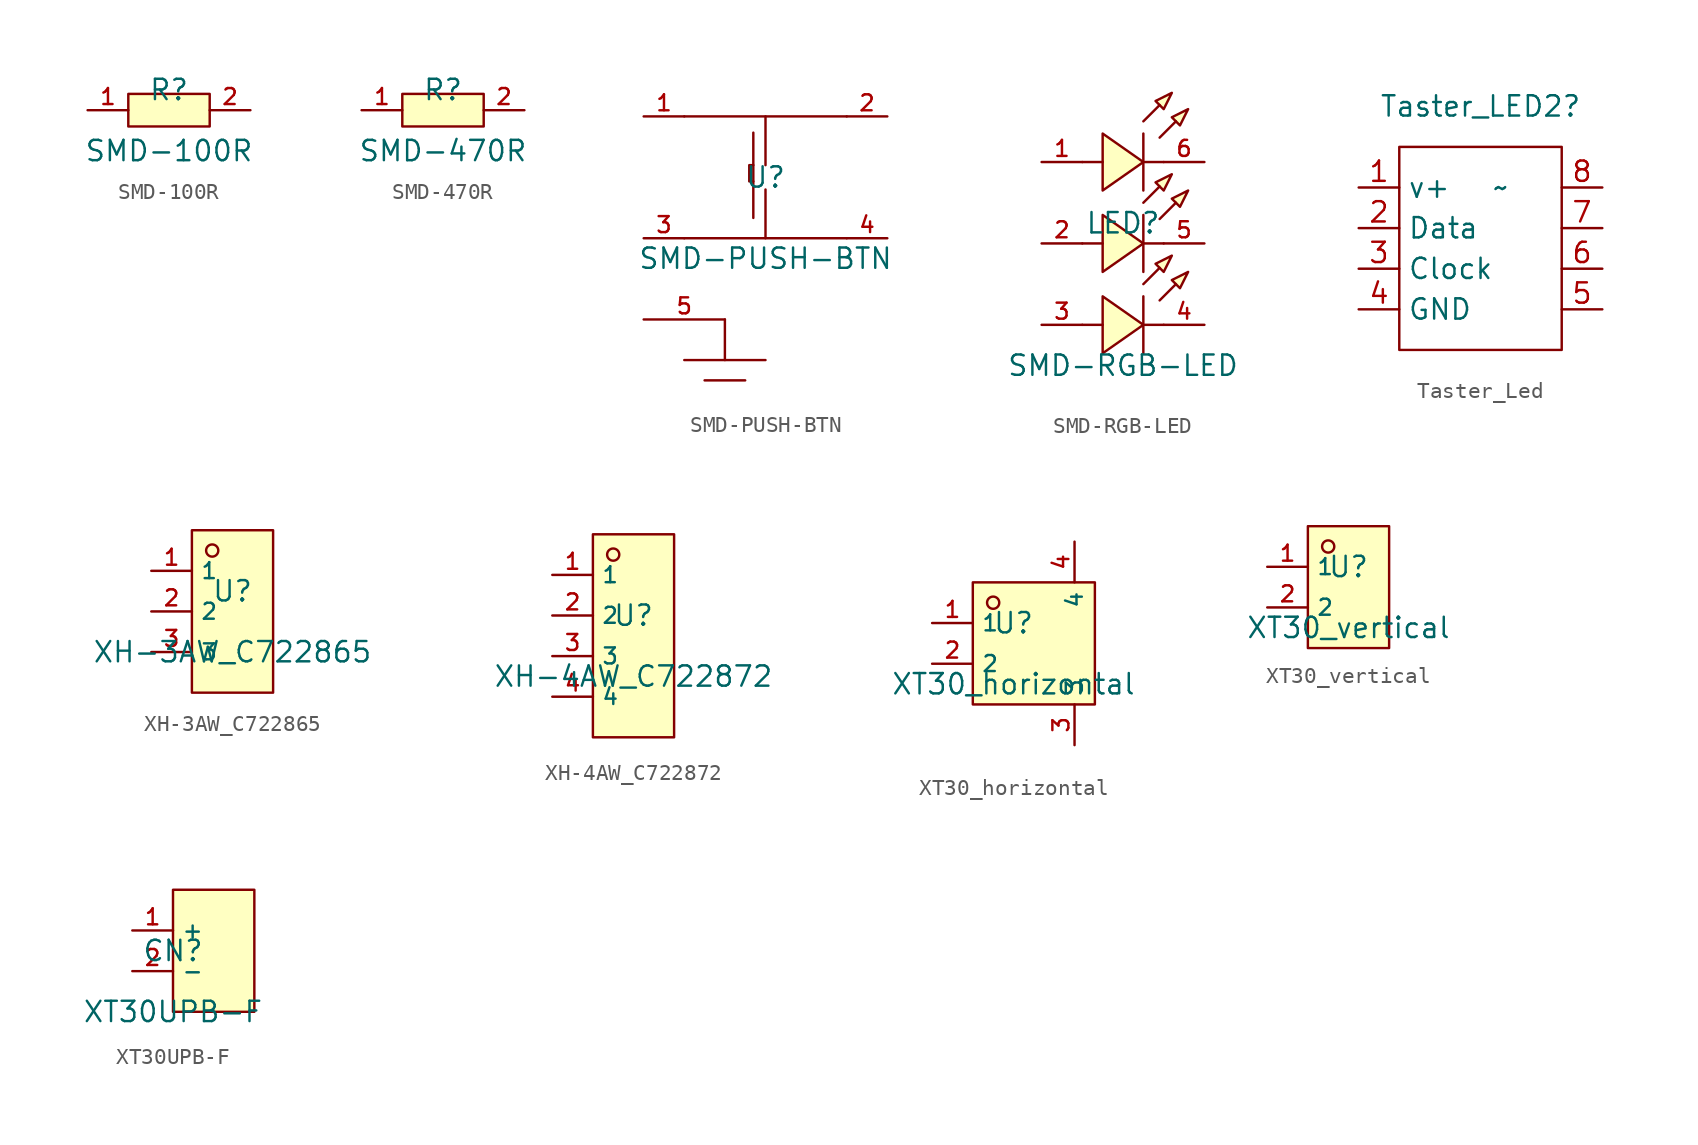
<source format=kicad_sym>
(kicad_symbol_lib
  (version 20220914)
  (generator kicad_symbol_editor)
  (symbol "SMD-100R"
    (pin_names hide)
    (property "Reference" "R"
      (at 0 1.27 0)
      (effects (font (size 1.27 1.27))))
    (property "Value" "SMD-100R"
      (at 0 -2.54 0)
      (effects (font (size 1.27 1.27))))
    (symbol "SMD-100R_0_1"
      (rectangle (start -2.54 1.016) (end 2.54 -1.016) (stroke (width 0) (type default)) (fill (type background))))
    (symbol "SMD-100R_1_1"
      (pin unspecified line (at -5.08 0 0) (length 2.54) (name "1" (effects (font (size 1 1)))) (number "1" (effects (font (size 1 1)))))
      (pin unspecified line (at 5.08 0 180) (length 2.54) (name "2" (effects (font (size 1 1)))) (number "2" (effects (font (size 1 1)))))))
  (symbol "SMD-470R"
    (pin_names hide)
    (property "Reference" "R"
      (at 0 1.27 0)
      (effects (font (size 1.27 1.27))))
    (property "Value" "SMD-470R"
      (at 0 -2.54 0)
      (effects (font (size 1.27 1.27))))
    (symbol "SMD-470R_0_1"
      (rectangle (start -2.54 1.016) (end 2.54 -1.016) (stroke (width 0) (type default)) (fill (type background))))
    (symbol "SMD-470R_1_1"
      (pin unspecified line (at -5.08 0 0) (length 2.54) (name "1" (effects (font (size 1 1)))) (number "1" (effects (font (size 1 1)))))
      (pin unspecified line (at 5.08 0 180) (length 2.54) (name "2" (effects (font (size 1 1)))) (number "2" (effects (font (size 1 1)))))))
  (symbol "SMD-PUSH-BTN"
    (pin_names hide)
    (property "Reference" "U"
      (at 0 1.27 0)
      (effects (font (size 1.27 1.27))))
    (property "Value" "SMD-PUSH-BTN"
      (at 0 -3.81 0)
      (effects (font (size 1.27 1.27))))
    (symbol "SMD-PUSH-BTN_0_1"
      (polyline (pts (xy -5.08 -2.54) (xy 5.08 -2.54)) (stroke (width 0) (type default)) (fill (type none)))
      (polyline (pts (xy -5.08 5.08) (xy 5.08 5.08)) (stroke (width 0) (type default)) (fill (type none)))
      (polyline (pts (xy -2.54 -7.62) (xy -2.54 -10.16)) (stroke (width 0) (type default)) (fill (type none)))
      (polyline (pts (xy -1.27 -11.43) (xy -3.81 -11.43)) (stroke (width 0) (type default)) (fill (type none)))
      (polyline (pts (xy -0.762 -1.27) (xy -0.762 4.064)) (stroke (width 0) (type default)) (fill (type none)))
      (polyline (pts (xy 0 -10.16) (xy -5.08 -10.16)) (stroke (width 0) (type default)) (fill (type none)))
      (polyline (pts (xy 0 -2.54) (xy 0 0.508)) (stroke (width 0) (type default)) (fill (type none)))
      (polyline (pts (xy 0 2.032) (xy 0 5.08)) (stroke (width 0) (type default)) (fill (type none)))
      (polyline (pts (xy -0.762 1.016) (xy -1.016 1.016) (xy -1.016 2.032) (xy -0.762 2.032)) (stroke (width 0) (type default)) (fill (type none)))
      (pin unspecified line (at -7.62 5.08 0) (length 2.54) (name "1" (effects (font (size 1 1)))) (number "1" (effects (font (size 1 1)))))
      (pin unspecified line (at 7.62 5.08 180) (length 2.54) (name "2" (effects (font (size 1 1)))) (number "2" (effects (font (size 1 1)))))
      (pin unspecified line (at -7.62 -2.54 0) (length 2.54) (name "3" (effects (font (size 1 1)))) (number "3" (effects (font (size 1 1)))))
      (pin unspecified line (at 7.62 -2.54 180) (length 2.54) (name "4" (effects (font (size 1 1)))) (number "4" (effects (font (size 1 1)))))
      (pin unspecified line (at -7.62 -7.62 0) (length 5.08) (name "5" (effects (font (size 1 1)))) (number "5" (effects (font (size 1 1)))))))
  (symbol "SMD-RGB-LED"
    (pin_names hide)
    (property "Reference" "LED"
      (at 0 1.27 0)
      (effects (font (size 1.27 1.27))))
    (property "Value" "SMD-RGB-LED"
      (at 0 -7.62 0)
      (effects (font (size 1.27 1.27))))
    (symbol "SMD-RGB-LED_0_1"
      (polyline (pts (xy -2.54 -5.08) (xy -1.27 -5.08)) (stroke (width 0) (type default)) (fill (type none)))
      (polyline (pts (xy -2.54 0) (xy -1.27 0)) (stroke (width 0) (type default)) (fill (type none)))
      (polyline (pts (xy -2.54 5.08) (xy -1.27 5.08)) (stroke (width 0) (type default)) (fill (type none)))
      (polyline (pts (xy 1.27 -5.08) (xy 2.54 -5.08)) (stroke (width 0) (type default)) (fill (type none)))
      (polyline (pts (xy 1.27 -3.302) (xy 1.27 -6.858)) (stroke (width 0) (type default)) (fill (type none)))
      (polyline (pts (xy 1.27 -2.54) (xy 2.286 -1.524)) (stroke (width 0) (type default)) (fill (type none)))
      (polyline (pts (xy 1.27 0) (xy 2.54 0)) (stroke (width 0) (type default)) (fill (type none)))
      (polyline (pts (xy 1.27 1.778) (xy 1.27 -1.778)) (stroke (width 0) (type default)) (fill (type none)))
      (polyline (pts (xy 1.27 2.54) (xy 2.286 3.556)) (stroke (width 0) (type default)) (fill (type none)))
      (polyline (pts (xy 1.27 5.08) (xy 2.54 5.08)) (stroke (width 0) (type default)) (fill (type none)))
      (polyline (pts (xy 1.27 6.858) (xy 1.27 3.302)) (stroke (width 0) (type default)) (fill (type none)))
      (polyline (pts (xy 1.27 7.62) (xy 2.286 8.636)) (stroke (width 0) (type default)) (fill (type none)))
      (polyline (pts (xy 2.286 -3.556) (xy 3.302 -2.54)) (stroke (width 0) (type default)) (fill (type none)))
      (polyline (pts (xy 2.286 1.524) (xy 3.302 2.54)) (stroke (width 0) (type default)) (fill (type none)))
      (polyline (pts (xy 2.286 6.604) (xy 3.302 7.62)) (stroke (width 0) (type default)) (fill (type none)))
      (polyline (pts (xy -1.27 -3.302) (xy 1.27 -5.08) (xy -1.27 -6.858) (xy -1.27 -3.302)) (stroke (width 0) (type default)) (fill (type background)))
      (polyline (pts (xy -1.27 1.778) (xy 1.27 0) (xy -1.27 -1.778) (xy -1.27 1.778)) (stroke (width 0) (type default)) (fill (type background)))
      (polyline (pts (xy -1.27 6.858) (xy 1.27 5.08) (xy -1.27 3.302) (xy -1.27 6.858)) (stroke (width 0) (type default)) (fill (type background)))
      (polyline (pts (xy 3.048 -0.762) (xy 2.032 -1.27) (xy 2.54 -1.778) (xy 3.048 -0.762)) (stroke (width 0) (type default)) (fill (type background)))
      (polyline (pts (xy 3.048 4.318) (xy 2.032 3.81) (xy 2.54 3.302) (xy 3.048 4.318)) (stroke (width 0) (type default)) (fill (type background)))
      (polyline (pts (xy 3.048 9.398) (xy 2.032 8.89) (xy 2.54 8.382) (xy 3.048 9.398)) (stroke (width 0) (type default)) (fill (type background)))
      (polyline (pts (xy 4.064 -1.778) (xy 3.048 -2.286) (xy 3.556 -2.794) (xy 4.064 -1.778)) (stroke (width 0) (type default)) (fill (type background)))
      (polyline (pts (xy 4.064 3.302) (xy 3.048 2.794) (xy 3.556 2.286) (xy 4.064 3.302)) (stroke (width 0) (type default)) (fill (type background)))
      (polyline (pts (xy 4.064 8.382) (xy 3.048 7.874) (xy 3.556 7.366) (xy 4.064 8.382)) (stroke (width 0) (type default)) (fill (type background)))
      (pin unspecified line (at -5.08 5.08 0) (length 2.54) (name "+" (effects (font (size 1 1)))) (number "1" (effects (font (size 1 1)))))
      (pin unspecified line (at -5.08 0 0) (length 2.54) (name "+" (effects (font (size 1 1)))) (number "2" (effects (font (size 1 1)))))
      (pin unspecified line (at -5.08 -5.08 0) (length 2.54) (name "+" (effects (font (size 1 1)))) (number "3" (effects (font (size 1 1)))))
      (pin unspecified line (at 5.08 -5.08 180) (length 2.54) (name "-" (effects (font (size 1 1)))) (number "4" (effects (font (size 1 1)))))
      (pin unspecified line (at 5.08 0 180) (length 2.54) (name "-" (effects (font (size 1 1)))) (number "5" (effects (font (size 1 1)))))
      (pin unspecified line (at 5.08 5.08 180) (length 2.54) (name "-" (effects (font (size 1 1)))) (number "6" (effects (font (size 1 1)))))))
  (symbol "Taster_Led"
    (property "Reference" "Taster_LED2"
      (at -1.27 5.08 0)
      (effects (font (size 1.27 1.27))))
    (property "Value" "~"
      (at 0 0 0)
      (effects (font (size 1.27 1.27))))
    (symbol "Taster_Led_0_1"
      (rectangle (start -6.35 2.54) (end 3.81 -10.16) (stroke (width 0) (type default)) (fill (type none))))
    (symbol "Taster_Led_1_1"
      (pin power_in line (at -8.89 0 0) (length 2.54) (name "v+" (effects (font (size 1.27 1.27)))) (number "1" (effects (font (size 1.27 1.27)))))
      (pin input line (at -8.89 -2.54 0) (length 2.54) (name "Data" (effects (font (size 1.27 1.27)))) (number "2" (effects (font (size 1.27 1.27)))))
      (pin input line (at -8.89 -5.08 0) (length 2.54) (name "Clock" (effects (font (size 1.27 1.27)))) (number "3" (effects (font (size 1.27 1.27)))))
      (pin power_in line (at -8.89 -7.62 0) (length 2.54) (name "GND" (effects (font (size 1.27 1.27)))) (number "4" (effects (font (size 1.27 1.27)))))
      (pin power_in line (at 6.35 -7.62 180) (length 2.54) (name "" (effects (font (size 1.27 1.27)))) (number "5" (effects (font (size 1.27 1.27)))))
      (pin input line (at 6.35 -5.08 180) (length 2.54) (name "" (effects (font (size 1.27 1.27)))) (number "6" (effects (font (size 1.27 1.27)))))
      (pin input line (at 6.35 -2.54 180) (length 2.54) (name "" (effects (font (size 1.27 1.27)))) (number "7" (effects (font (size 1.27 1.27)))))
      (pin power_in line (at 6.35 0 180) (length 2.54) (name "" (effects (font (size 1.27 1.27)))) (number "8" (effects (font (size 1.27 1.27)))))))
  (symbol "XH-3AW_C722865"
    (property "Reference" "U"
      (at 0 1.27 0)
      (effects (font (size 1.27 1.27))))
    (property "Value" "XH-3AW_C722865"
      (at 0 -2.54 0)
      (effects (font (size 1.27 1.27))))
    (symbol "XH-3AW_C722865_0_1"
      (rectangle (start -2.54 5.08) (end 2.54 -5.08) (stroke (width 0) (type default)) (fill (type background)))
      (circle (center -1.27 3.81) (radius 0.381) (stroke (width 0) (type default)) (fill (type background)))
      (pin unspecified line (at -5.08 2.54 0) (length 2.54) (name "1" (effects (font (size 1 1)))) (number "1" (effects (font (size 1 1)))))
      (pin unspecified line (at -5.08 0 0) (length 2.54) (name "2" (effects (font (size 1 1)))) (number "2" (effects (font (size 1 1)))))
      (pin unspecified line (at -5.08 -2.54 0) (length 2.54) (name "3" (effects (font (size 1 1)))) (number "3" (effects (font (size 1 1)))))))
  (symbol "XH-4AW_C722872"
    (property "Reference" "U"
      (at 0 1.27 0)
      (effects (font (size 1.27 1.27))))
    (property "Value" "XH-4AW_C722872"
      (at 0 -2.54 0)
      (effects (font (size 1.27 1.27))))
    (symbol "XH-4AW_C722872_0_1"
      (rectangle (start -2.54 6.35) (end 2.54 -6.35) (stroke (width 0) (type default)) (fill (type background)))
      (circle (center -1.27 5.08) (radius 0.381) (stroke (width 0) (type default)) (fill (type background)))
      (pin unspecified line (at -5.08 3.81 0) (length 2.54) (name "1" (effects (font (size 1 1)))) (number "1" (effects (font (size 1 1)))))
      (pin unspecified line (at -5.08 1.27 0) (length 2.54) (name "2" (effects (font (size 1 1)))) (number "2" (effects (font (size 1 1)))))
      (pin unspecified line (at -5.08 -1.27 0) (length 2.54) (name "3" (effects (font (size 1 1)))) (number "3" (effects (font (size 1 1)))))
      (pin unspecified line (at -5.08 -3.81 0) (length 2.54) (name "4" (effects (font (size 1 1)))) (number "4" (effects (font (size 1 1)))))))
  (symbol "XT30_horizontal"
    (property "Reference" "U"
      (at 0 1.27 0)
      (effects (font (size 1.27 1.27))))
    (property "Value" "XT30_horizontal"
      (at 0 -2.54 0)
      (effects (font (size 1.27 1.27))))
    (symbol "XT30_horizontal_0_1"
      (rectangle (start -2.54 3.81) (end 5.08 -3.81) (stroke (width 0) (type default)) (fill (type background)))
      (circle (center -1.27 2.54) (radius 0.381) (stroke (width 0) (type default)) (fill (type background)))
      (pin unspecified line (at -5.08 1.27 0) (length 2.54) (name "1" (effects (font (size 1 1)))) (number "1" (effects (font (size 1 1)))))
      (pin unspecified line (at -5.08 -1.27 0) (length 2.54) (name "2" (effects (font (size 1 1)))) (number "2" (effects (font (size 1 1)))))
      (pin unspecified line (at 3.81 -6.35 90) (length 2.54) (name "3" (effects (font (size 1 1)))) (number "3" (effects (font (size 1 1)))))
      (pin unspecified line (at 3.81 6.35 270) (length 2.54) (name "4" (effects (font (size 1 1)))) (number "4" (effects (font (size 1 1)))))))
  (symbol "XT30_vertical"
    (property "Reference" "U"
      (at 0 1.27 0)
      (effects (font (size 1.27 1.27))))
    (property "Value" "XT30_vertical"
      (at 0 -2.54 0)
      (effects (font (size 1.27 1.27))))
    (symbol "XT30_vertical_0_1"
      (rectangle (start -2.54 3.81) (end 2.54 -3.81) (stroke (width 0) (type default)) (fill (type background)))
      (circle (center -1.27 2.54) (radius 0.381) (stroke (width 0) (type default)) (fill (type background)))
      (pin unspecified line (at -5.08 1.27 0) (length 2.54) (name "1" (effects (font (size 1 1)))) (number "1" (effects (font (size 1 1)))))
      (pin unspecified line (at -5.08 -1.27 0) (length 2.54) (name "2" (effects (font (size 1 1)))) (number "2" (effects (font (size 1 1)))))))
  (symbol "XT30UPB-F"
    (property "Reference" "CN"
      (at 0 1.27 0)
      (effects (font (size 1.27 1.27))))
    (property "Value" "XT30UPB-F"
      (at 0 -2.54 0)
      (effects (font (size 1.27 1.27))))
    (symbol "XT30UPB-F_0_1"
      (rectangle (start 0 5.08) (end 5.08 -2.54) (stroke (width 0) (type default)) (fill (type background)))
      (pin unspecified line (at -2.54 2.54 0) (length 2.54) (name "+" (effects (font (size 1 1)))) (number "1" (effects (font (size 1 1)))))
      (pin unspecified line (at -2.54 0 0) (length 2.54) (name "-" (effects (font (size 1 1)))) (number "2" (effects (font (size 1 1))))))))
</source>
